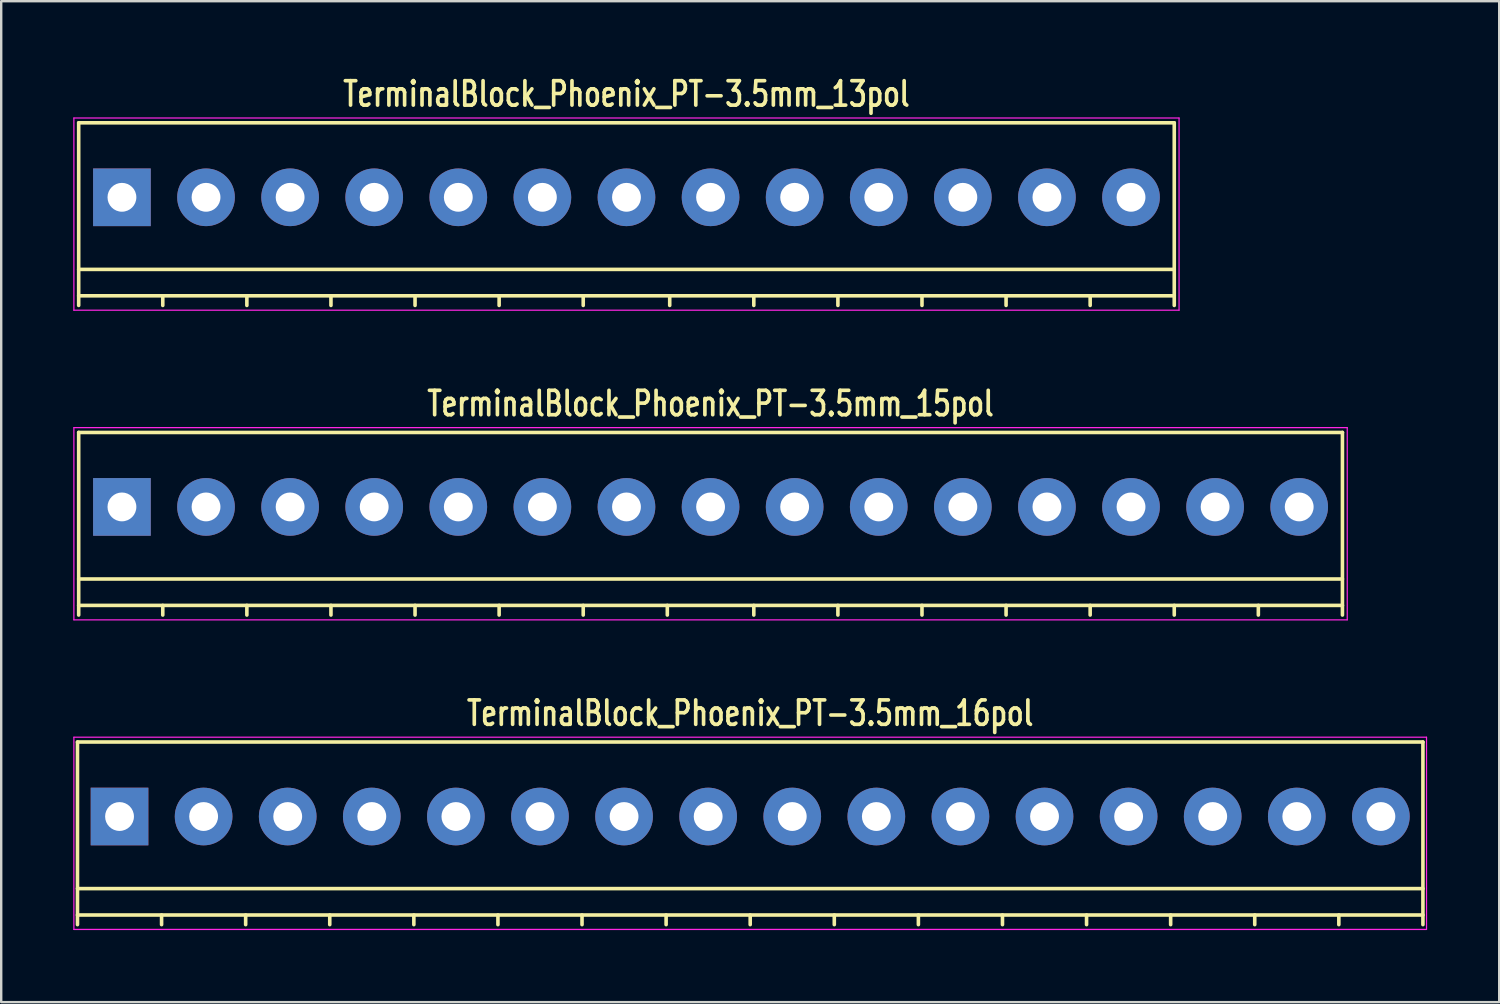
<source format=kicad_pcb>
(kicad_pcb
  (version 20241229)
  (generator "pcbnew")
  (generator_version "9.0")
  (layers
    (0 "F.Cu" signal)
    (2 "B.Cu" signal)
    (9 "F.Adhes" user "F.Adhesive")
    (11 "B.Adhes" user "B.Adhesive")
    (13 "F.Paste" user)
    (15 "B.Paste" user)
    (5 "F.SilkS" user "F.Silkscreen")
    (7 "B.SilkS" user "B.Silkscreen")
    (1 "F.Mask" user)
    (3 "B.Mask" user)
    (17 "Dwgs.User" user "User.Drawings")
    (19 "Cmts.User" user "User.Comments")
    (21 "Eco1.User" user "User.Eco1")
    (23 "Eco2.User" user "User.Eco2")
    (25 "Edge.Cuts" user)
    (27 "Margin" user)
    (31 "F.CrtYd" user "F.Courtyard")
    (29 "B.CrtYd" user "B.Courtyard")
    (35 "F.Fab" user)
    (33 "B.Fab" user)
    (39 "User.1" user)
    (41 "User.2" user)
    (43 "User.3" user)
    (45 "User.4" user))
  (footprint "TerminalBlock_Phoenix_PT-3.5mm_13pol"
    (layer "F.Cu")
    (at 2.025 5.162)
    (property "Reference" "TerminalBlock_Phoenix_PT-3.5mm_13pol" (at 21 -4.3 0) (layer "F.SilkS") (effects (font (size 1.016 0.762) (thickness 0.152))))
    (attr through_hole)
    (fp_line (start -1.8 -3.1) (end -1.8 4.5) (stroke (width 0.15) (type solid)) (layer "F.SilkS"))
    (fp_line (start -1.8 3) (end 43.8 3) (stroke (width 0.15) (type solid)) (layer "F.SilkS"))
    (fp_line (start -1.8 4.1) (end 43.8 4.1) (stroke (width 0.15) (type solid)) (layer "F.SilkS"))
    (fp_line (start 1.7 4.1) (end 1.7 4.5) (stroke (width 0.15) (type solid)) (layer "F.SilkS"))
    (fp_line (start 5.2 4.1) (end 5.2 4.5) (stroke (width 0.15) (type solid)) (layer "F.SilkS"))
    (fp_line (start 8.7 4.1) (end 8.7 4.5) (stroke (width 0.15) (type solid)) (layer "F.SilkS"))
    (fp_line (start 12.2 4.1) (end 12.2 4.5) (stroke (width 0.15) (type solid)) (layer "F.SilkS"))
    (fp_line (start 15.7 4.1) (end 15.7 4.5) (stroke (width 0.15) (type solid)) (layer "F.SilkS"))
    (fp_line (start 19.2 4.1) (end 19.2 4.5) (stroke (width 0.15) (type solid)) (layer "F.SilkS"))
    (fp_line (start 22.8 4.1) (end 22.8 4.5) (stroke (width 0.15) (type solid)) (layer "F.SilkS"))
    (fp_line (start 26.3 4.1) (end 26.3 4.5) (stroke (width 0.15) (type solid)) (layer "F.SilkS"))
    (fp_line (start 29.8 4.1) (end 29.8 4.5) (stroke (width 0.15) (type solid)) (layer "F.SilkS"))
    (fp_line (start 33.3 4.1) (end 33.3 4.5) (stroke (width 0.15) (type solid)) (layer "F.SilkS"))
    (fp_line (start 36.8 4.1) (end 36.8 4.5) (stroke (width 0.15) (type solid)) (layer "F.SilkS"))
    (fp_line (start 40.3 4.1) (end 40.3 4.5) (stroke (width 0.15) (type solid)) (layer "F.SilkS"))
    (fp_line (start 43.8 -3.1) (end -1.8 -3.1) (stroke (width 0.15) (type solid)) (layer "F.SilkS"))
    (fp_line (start 43.8 4.5) (end 43.8 -3.1) (stroke (width 0.15) (type solid)) (layer "F.SilkS"))
    (fp_line (start -2 -3.3) (end 44 -3.3) (stroke (width 0.05) (type solid)) (layer "F.CrtYd"))
    (fp_line (start -2 4.7) (end -2 -3.3) (stroke (width 0.05) (type solid)) (layer "F.CrtYd"))
    (fp_line (start 44 -3.3) (end 44 4.7) (stroke (width 0.05) (type solid)) (layer "F.CrtYd"))
    (fp_line (start 44 4.7) (end -2 4.7) (stroke (width 0.05) (type solid)) (layer "F.CrtYd"))
    (pad "1" thru_hole rect (at 0 0 180) (size 2.4 2.4) (drill 1.2) (layers "*.Cu" "*.Mask"))
    (pad "2" thru_hole circle (at 3.5 0 180) (size 2.4 2.4) (drill 1.2) (layers "*.Cu" "*.Mask"))
    (pad "3" thru_hole circle (at 7 0 180) (size 2.4 2.4) (drill 1.2) (layers "*.Cu" "*.Mask"))
    (pad "4" thru_hole circle (at 10.5 0 180) (size 2.4 2.4) (drill 1.2) (layers "*.Cu" "*.Mask"))
    (pad "5" thru_hole circle (at 14 0 180) (size 2.4 2.4) (drill 1.2) (layers "*.Cu" "*.Mask"))
    (pad "6" thru_hole circle (at 17.5 0 180) (size 2.4 2.4) (drill 1.2) (layers "*.Cu" "*.Mask"))
    (pad "7" thru_hole circle (at 21 0 180) (size 2.4 2.4) (drill 1.2) (layers "*.Cu" "*.Mask"))
    (pad "8" thru_hole circle (at 24.5 0 180) (size 2.4 2.4) (drill 1.2) (layers "*.Cu" "*.Mask"))
    (pad "9" thru_hole circle (at 28 0 180) (size 2.4 2.4) (drill 1.2) (layers "*.Cu" "*.Mask"))
    (pad "10" thru_hole circle (at 31.5 0 180) (size 2.4 2.4) (drill 1.2) (layers "*.Cu" "*.Mask"))
    (pad "11" thru_hole circle (at 35 0 180) (size 2.4 2.4) (drill 1.2) (layers "*.Cu" "*.Mask"))
    (pad "12" thru_hole circle (at 38.5 0 180) (size 2.4 2.4) (drill 1.2) (layers "*.Cu" "*.Mask"))
    (pad "13" thru_hole circle (at 42 0 180) (size 2.4 2.4) (drill 1.2) (layers "*.Cu" "*.Mask")))
  (footprint "TerminalBlock_Phoenix_PT-3.5mm_16pol"
    (layer "F.Cu")
    (at 1.925 30.935)
    (property "Reference" "TerminalBlock_Phoenix_PT-3.5mm_16pol" (at 26.25 -4.3 0) (layer "F.SilkS") (effects (font (size 1.016 0.762) (thickness 0.152))))
    (attr through_hole)
    (fp_line (start -1.75 -3.1) (end -1.75 4.5) (stroke (width 0.15) (type solid)) (layer "F.SilkS"))
    (fp_line (start -1.75 3) (end 54.25 3) (stroke (width 0.15) (type solid)) (layer "F.SilkS"))
    (fp_line (start -1.75 4.1) (end 54.25 4.1) (stroke (width 0.15) (type solid)) (layer "F.SilkS"))
    (fp_line (start 1.75 4.1) (end 1.75 4.5) (stroke (width 0.15) (type solid)) (layer "F.SilkS"))
    (fp_line (start 5.25 4.1) (end 5.25 4.5) (stroke (width 0.15) (type solid)) (layer "F.SilkS"))
    (fp_line (start 8.75 4.1) (end 8.75 4.5) (stroke (width 0.15) (type solid)) (layer "F.SilkS"))
    (fp_line (start 12.25 4.1) (end 12.25 4.5) (stroke (width 0.15) (type solid)) (layer "F.SilkS"))
    (fp_line (start 15.75 4.1) (end 15.75 4.5) (stroke (width 0.15) (type solid)) (layer "F.SilkS"))
    (fp_line (start 19.25 4.1) (end 19.25 4.5) (stroke (width 0.15) (type solid)) (layer "F.SilkS"))
    (fp_line (start 22.75 4.1) (end 22.75 4.5) (stroke (width 0.15) (type solid)) (layer "F.SilkS"))
    (fp_line (start 26.25 4.1) (end 26.25 4.5) (stroke (width 0.15) (type solid)) (layer "F.SilkS"))
    (fp_line (start 29.75 4.1) (end 29.75 4.5) (stroke (width 0.15) (type solid)) (layer "F.SilkS"))
    (fp_line (start 33.25 4.1) (end 33.25 4.5) (stroke (width 0.15) (type solid)) (layer "F.SilkS"))
    (fp_line (start 36.75 4.1) (end 36.75 4.5) (stroke (width 0.15) (type solid)) (layer "F.SilkS"))
    (fp_line (start 40.25 4.1) (end 40.25 4.5) (stroke (width 0.15) (type solid)) (layer "F.SilkS"))
    (fp_line (start 43.75 4.1) (end 43.75 4.5) (stroke (width 0.15) (type solid)) (layer "F.SilkS"))
    (fp_line (start 47.25 4.1) (end 47.25 4.5) (stroke (width 0.15) (type solid)) (layer "F.SilkS"))
    (fp_line (start 50.75 4.1) (end 50.75 4.5) (stroke (width 0.15) (type solid)) (layer "F.SilkS"))
    (fp_line (start 54.25 -3.1) (end -1.75 -3.1) (stroke (width 0.15) (type solid)) (layer "F.SilkS"))
    (fp_line (start 54.25 4.5) (end 54.25 -3.1) (stroke (width 0.15) (type solid)) (layer "F.SilkS"))
    (fp_line (start -1.9 -3.3) (end 54.4 -3.3) (stroke (width 0.05) (type solid)) (layer "F.CrtYd"))
    (fp_line (start -1.9 4.7) (end -1.9 -3.3) (stroke (width 0.05) (type solid)) (layer "F.CrtYd"))
    (fp_line (start 54.4 -3.3) (end 54.4 4.7) (stroke (width 0.05) (type solid)) (layer "F.CrtYd"))
    (fp_line (start 54.4 4.7) (end -1.9 4.7) (stroke (width 0.05) (type solid)) (layer "F.CrtYd"))
    (pad "1" thru_hole rect (at 0 0 180) (size 2.4 2.4) (drill 1.2) (layers "*.Cu" "*.Mask"))
    (pad "2" thru_hole circle (at 3.5 0 180) (size 2.4 2.4) (drill 1.2) (layers "*.Cu" "*.Mask"))
    (pad "3" thru_hole circle (at 7 0 180) (size 2.4 2.4) (drill 1.2) (layers "*.Cu" "*.Mask"))
    (pad "4" thru_hole circle (at 10.5 0 180) (size 2.4 2.4) (drill 1.2) (layers "*.Cu" "*.Mask"))
    (pad "5" thru_hole circle (at 14 0 180) (size 2.4 2.4) (drill 1.2) (layers "*.Cu" "*.Mask"))
    (pad "6" thru_hole circle (at 17.5 0 180) (size 2.4 2.4) (drill 1.2) (layers "*.Cu" "*.Mask"))
    (pad "7" thru_hole circle (at 21 0 180) (size 2.4 2.4) (drill 1.2) (layers "*.Cu" "*.Mask"))
    (pad "8" thru_hole circle (at 24.5 0 180) (size 2.4 2.4) (drill 1.2) (layers "*.Cu" "*.Mask"))
    (pad "9" thru_hole circle (at 28 0 180) (size 2.4 2.4) (drill 1.2) (layers "*.Cu" "*.Mask"))
    (pad "10" thru_hole circle (at 31.5 0 180) (size 2.4 2.4) (drill 1.2) (layers "*.Cu" "*.Mask"))
    (pad "11" thru_hole circle (at 35 0 180) (size 2.4 2.4) (drill 1.2) (layers "*.Cu" "*.Mask"))
    (pad "12" thru_hole circle (at 38.5 0 180) (size 2.4 2.4) (drill 1.2) (layers "*.Cu" "*.Mask"))
    (pad "13" thru_hole circle (at 42 0 180) (size 2.4 2.4) (drill 1.2) (layers "*.Cu" "*.Mask"))
    (pad "14" thru_hole circle (at 45.5 0 180) (size 2.4 2.4) (drill 1.2) (layers "*.Cu" "*.Mask"))
    (pad "15" thru_hole circle (at 49 0 180) (size 2.4 2.4) (drill 1.2) (layers "*.Cu" "*.Mask"))
    (pad "16" thru_hole circle (at 52.5 0 180) (size 2.4 2.4) (drill 1.2) (layers "*.Cu" "*.Mask")))
  (footprint "TerminalBlock_Phoenix_PT-3.5mm_15pol"
    (layer "F.Cu")
    (at 2.025 18.049)
    (property "Reference" "TerminalBlock_Phoenix_PT-3.5mm_15pol" (at 24.5 -4.3 0) (layer "F.SilkS") (effects (font (size 1.016 0.762) (thickness 0.152))))
    (attr through_hole)
    (fp_line (start -1.8 -3.1) (end -1.8 4.5) (stroke (width 0.15) (type solid)) (layer "F.SilkS"))
    (fp_line (start -1.8 3) (end 50.8 3) (stroke (width 0.15) (type solid)) (layer "F.SilkS"))
    (fp_line (start -1.8 4.1) (end 50.8 4.1) (stroke (width 0.15) (type solid)) (layer "F.SilkS"))
    (fp_line (start 1.7 4.1) (end 1.7 4.5) (stroke (width 0.15) (type solid)) (layer "F.SilkS"))
    (fp_line (start 5.2 4.1) (end 5.2 4.5) (stroke (width 0.15) (type solid)) (layer "F.SilkS"))
    (fp_line (start 8.7 4.1) (end 8.7 4.5) (stroke (width 0.15) (type solid)) (layer "F.SilkS"))
    (fp_line (start 12.2 4.1) (end 12.2 4.5) (stroke (width 0.15) (type solid)) (layer "F.SilkS"))
    (fp_line (start 15.7 4.1) (end 15.7 4.5) (stroke (width 0.15) (type solid)) (layer "F.SilkS"))
    (fp_line (start 19.2 4.1) (end 19.2 4.5) (stroke (width 0.15) (type solid)) (layer "F.SilkS"))
    (fp_line (start 22.7 4.1) (end 22.7 4.5) (stroke (width 0.15) (type solid)) (layer "F.SilkS"))
    (fp_line (start 26.3 4.1) (end 26.3 4.5) (stroke (width 0.15) (type solid)) (layer "F.SilkS"))
    (fp_line (start 29.8 4.1) (end 29.8 4.5) (stroke (width 0.15) (type solid)) (layer "F.SilkS"))
    (fp_line (start 33.3 4.1) (end 33.3 4.5) (stroke (width 0.15) (type solid)) (layer "F.SilkS"))
    (fp_line (start 36.8 4.1) (end 36.8 4.5) (stroke (width 0.15) (type solid)) (layer "F.SilkS"))
    (fp_line (start 40.3 4.1) (end 40.3 4.5) (stroke (width 0.15) (type solid)) (layer "F.SilkS"))
    (fp_line (start 43.8 4.1) (end 43.8 4.5) (stroke (width 0.15) (type solid)) (layer "F.SilkS"))
    (fp_line (start 47.3 4.1) (end 47.3 4.5) (stroke (width 0.15) (type solid)) (layer "F.SilkS"))
    (fp_line (start 50.8 -3.1) (end -1.8 -3.1) (stroke (width 0.15) (type solid)) (layer "F.SilkS"))
    (fp_line (start 50.8 4.5) (end 50.8 -3.1) (stroke (width 0.15) (type solid)) (layer "F.SilkS"))
    (fp_line (start -2 -3.3) (end 51 -3.3) (stroke (width 0.05) (type solid)) (layer "F.CrtYd"))
    (fp_line (start -2 4.7) (end -2 -3.3) (stroke (width 0.05) (type solid)) (layer "F.CrtYd"))
    (fp_line (start 51 -3.3) (end 51 4.7) (stroke (width 0.05) (type solid)) (layer "F.CrtYd"))
    (fp_line (start 51 4.7) (end -2 4.7) (stroke (width 0.05) (type solid)) (layer "F.CrtYd"))
    (pad "1" thru_hole rect (at 0 0 180) (size 2.4 2.4) (drill 1.2) (layers "*.Cu" "*.Mask"))
    (pad "2" thru_hole circle (at 3.5 0 180) (size 2.4 2.4) (drill 1.2) (layers "*.Cu" "*.Mask"))
    (pad "3" thru_hole circle (at 7 0 180) (size 2.4 2.4) (drill 1.2) (layers "*.Cu" "*.Mask"))
    (pad "4" thru_hole circle (at 10.5 0 180) (size 2.4 2.4) (drill 1.2) (layers "*.Cu" "*.Mask"))
    (pad "5" thru_hole circle (at 14 0 180) (size 2.4 2.4) (drill 1.2) (layers "*.Cu" "*.Mask"))
    (pad "6" thru_hole circle (at 17.5 0 180) (size 2.4 2.4) (drill 1.2) (layers "*.Cu" "*.Mask"))
    (pad "7" thru_hole circle (at 21 0 180) (size 2.4 2.4) (drill 1.2) (layers "*.Cu" "*.Mask"))
    (pad "8" thru_hole circle (at 24.5 0 180) (size 2.4 2.4) (drill 1.2) (layers "*.Cu" "*.Mask"))
    (pad "9" thru_hole circle (at 28 0 180) (size 2.4 2.4) (drill 1.2) (layers "*.Cu" "*.Mask"))
    (pad "10" thru_hole circle (at 31.5 0 180) (size 2.4 2.4) (drill 1.2) (layers "*.Cu" "*.Mask"))
    (pad "11" thru_hole circle (at 35 0 180) (size 2.4 2.4) (drill 1.2) (layers "*.Cu" "*.Mask"))
    (pad "12" thru_hole circle (at 38.5 0 180) (size 2.4 2.4) (drill 1.2) (layers "*.Cu" "*.Mask"))
    (pad "13" thru_hole circle (at 42 0 180) (size 2.4 2.4) (drill 1.2) (layers "*.Cu" "*.Mask"))
    (pad "14" thru_hole circle (at 45.5 0 180) (size 2.4 2.4) (drill 1.2) (layers "*.Cu" "*.Mask"))
    (pad "15" thru_hole circle (at 49 0 180) (size 2.4 2.4) (drill 1.2) (layers "*.Cu" "*.Mask")))
  (gr_rect
    (start -3 -3)
    (end 59.35 38.66)
    (stroke (width 0.1) (type default))
    (fill no)
    (layer "Edge.Cuts")))
</source>
